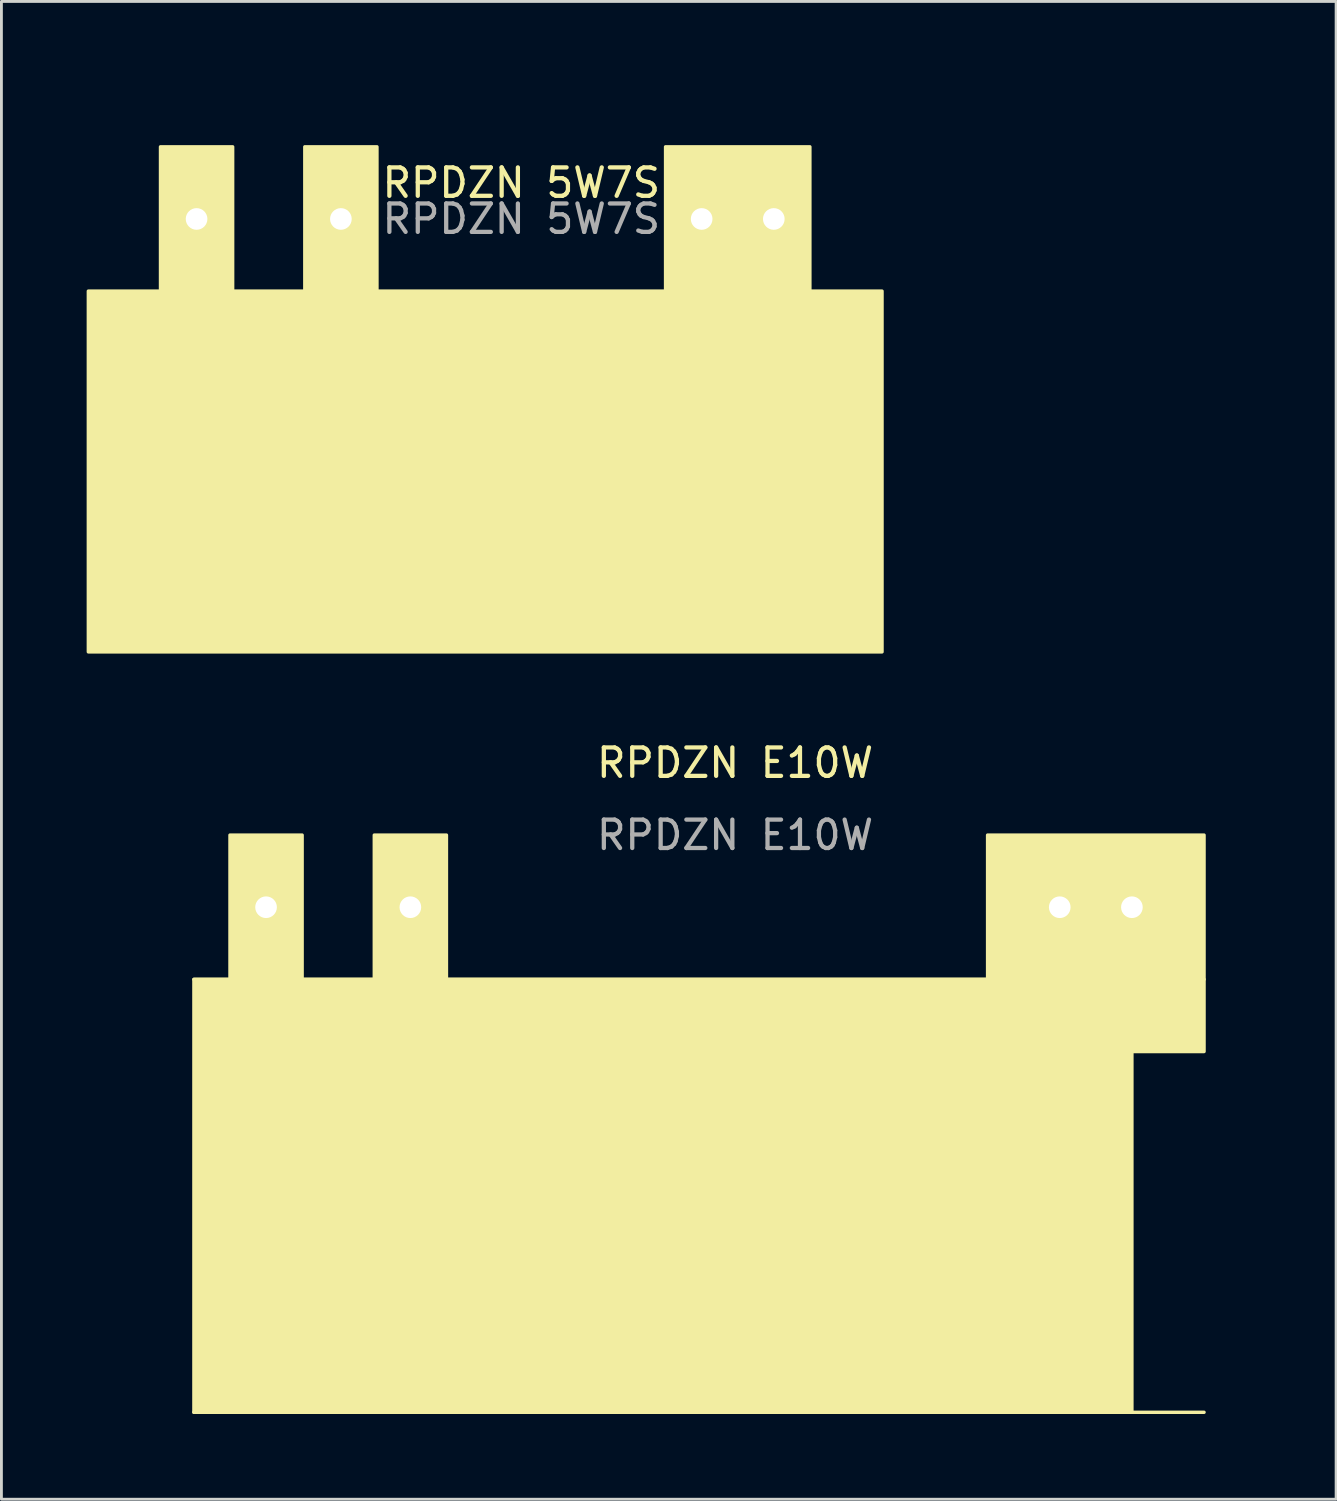
<source format=kicad_pcb>
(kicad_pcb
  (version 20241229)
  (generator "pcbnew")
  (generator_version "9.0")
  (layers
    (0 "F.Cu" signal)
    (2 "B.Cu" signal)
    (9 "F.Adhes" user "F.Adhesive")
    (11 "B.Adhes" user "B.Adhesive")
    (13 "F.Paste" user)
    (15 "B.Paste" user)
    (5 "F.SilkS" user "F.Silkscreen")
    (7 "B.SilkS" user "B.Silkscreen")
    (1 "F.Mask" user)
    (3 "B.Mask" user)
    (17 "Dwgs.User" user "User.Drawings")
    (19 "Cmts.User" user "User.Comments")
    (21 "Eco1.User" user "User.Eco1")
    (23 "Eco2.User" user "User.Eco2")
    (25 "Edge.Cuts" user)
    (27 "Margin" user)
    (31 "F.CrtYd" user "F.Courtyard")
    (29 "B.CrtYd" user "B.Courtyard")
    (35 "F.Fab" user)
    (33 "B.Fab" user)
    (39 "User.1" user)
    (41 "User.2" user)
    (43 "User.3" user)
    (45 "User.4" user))
  (footprint "RPDZN 5W7S"
    (layer "F.Cu")
    (at 24.19 4.658)
    (property "Reference" "RPDZN 5W7S" (at -8.89 -1.27 0) (unlocked yes) (layer "F.SilkS") (effects (font (size 1 1) (thickness 0.15))))
    (attr through_hole)
    (fp_poly (pts (xy -19.05 2.54) (xy -16.51 2.54) (xy -16.51 -2.54) (xy -13.97 -2.54) (xy -13.97 2.54) (xy -3.81 2.54) (xy -3.81 -2.54) (xy 1.27 -2.54) (xy 1.27 2.54) (xy 3.81 2.54) (xy 3.81 15.24) (xy -24.13 15.24) (xy -24.13 2.54) (xy -21.59 2.54) (xy -21.59 -2.54) (xy -19.05 -2.54)) (stroke (width 0.12) (type solid)) (fill yes) (layer "F.SilkS"))
    (fp_text user "Vcc" (at -3.81 -3.81 0) (unlocked yes) (layer "B.Paste") (effects (font (size 1 1) (thickness 0.15))))
    (fp_text user "AC (N)" (at -13.97 -3.81 0) (unlocked yes) (layer "B.Paste") (effects (font (size 1 1) (thickness 0.15))))
    (fp_text user "AC (L)" (at -21.59 -3.81 0) (unlocked yes) (layer "B.Paste") (effects (font (size 1 1) (thickness 0.15))))
    (fp_text user "GND" (at 2.54 -3.81 0) (unlocked yes) (layer "B.Paste") (effects (font (size 1 1) (thickness 0.15))))
    (fp_text user "${REFERENCE}" (at -8.89 0 0) (unlocked yes) (layer "F.Fab") (effects (font (size 1 1) (thickness 0.15))))
    (pad "1" thru_hole circle (at 0 0) (size 1.524 1.524) (drill 0.762) (layers "*.Cu" "*.Mask"))
    (pad "2" thru_hole circle (at -2.54 0) (size 1.524 1.524) (drill 0.762) (layers "*.Cu" "*.Mask"))
    (pad "3" thru_hole circle (at -15.24 0) (size 1.524 1.524) (drill 0.762) (layers "*.Cu" "*.Mask"))
    (pad "4" thru_hole circle (at -20.32 0) (size 1.524 1.524) (drill 0.762) (layers "*.Cu" "*.Mask")))
  (footprint "RPDZN E10W"
    (layer "F.Cu")
    (at 20.286 39.047)
    (property "Reference" "RPDZN E10W" (at 2.54 -15.24 0) (unlocked yes) (layer "F.SilkS") (effects (font (size 1 1) (thickness 0.15))))
    (attr through_hole)
    (fp_rect (start -16.51 -7.62) (end 19.05 -7.62) (stroke (width 0.12) (type solid)) (fill no) (layer "F.SilkS"))
    (fp_rect (start 19.05 7.62) (end -16.51 7.62) (stroke (width 0.12) (type solid)) (fill no) (layer "F.SilkS"))
    (fp_poly (pts (xy -12.7 -7.62) (xy -10.16 -7.62) (xy -10.16 -12.7) (xy -7.62 -12.7) (xy -7.62 -7.62) (xy 11.43 -7.62) (xy 11.43 -12.7) (xy 19.05 -12.7) (xy 19.05 -5.08) (xy 16.51 -5.08) (xy 16.51 7.62) (xy -16.51 7.62) (xy -16.51 -7.62) (xy -15.24 -7.62) (xy -15.24 -12.7) (xy -12.7 -12.7)) (stroke (width 0.12) (type solid)) (fill yes) (layer "F.SilkS"))
    (fp_text user "AC (L)" (at -17.78 -13.97 0) (unlocked yes) (layer "B.Paste") (effects (font (size 1 1) (thickness 0.15))))
    (fp_text user "GND" (at 19.05 -13.97 0) (unlocked yes) (layer "B.Paste") (effects (font (size 1 1) (thickness 0.15))))
    (fp_text user "AC (N)" (at -3.81 -13.97 0) (unlocked yes) (layer "B.Paste") (effects (font (size 1 1) (thickness 0.15))))
    (fp_text user "Vcc" (at 10.16 -13.97 0) (unlocked yes) (layer "B.Paste") (effects (font (size 1 1) (thickness 0.15))))
    (fp_text user "${REFERENCE}" (at 2.54 -12.7 0) (unlocked yes) (layer "F.Fab") (effects (font (size 1 1) (thickness 0.15))))
    (pad "1" thru_hole circle (at 16.51 -10.16) (size 1.524 1.524) (drill 0.762) (layers "*.Cu" "*.Mask"))
    (pad "2" thru_hole circle (at 13.97 -10.16) (size 1.524 1.524) (drill 0.762) (layers "*.Cu" "*.Mask"))
    (pad "3" thru_hole circle (at -8.89 -10.16) (size 1.524 1.524) (drill 0.762) (layers "*.Cu" "*.Mask"))
    (pad "4" thru_hole circle (at -13.97 -10.16) (size 1.524 1.524) (drill 0.762) (layers "*.Cu" "*.Mask")))
  (gr_rect
    (start -3 -3)
    (end 43.985 49.727)
    (stroke (width 0.1) (type default))
    (fill no)
    (layer "Edge.Cuts")))
</source>
